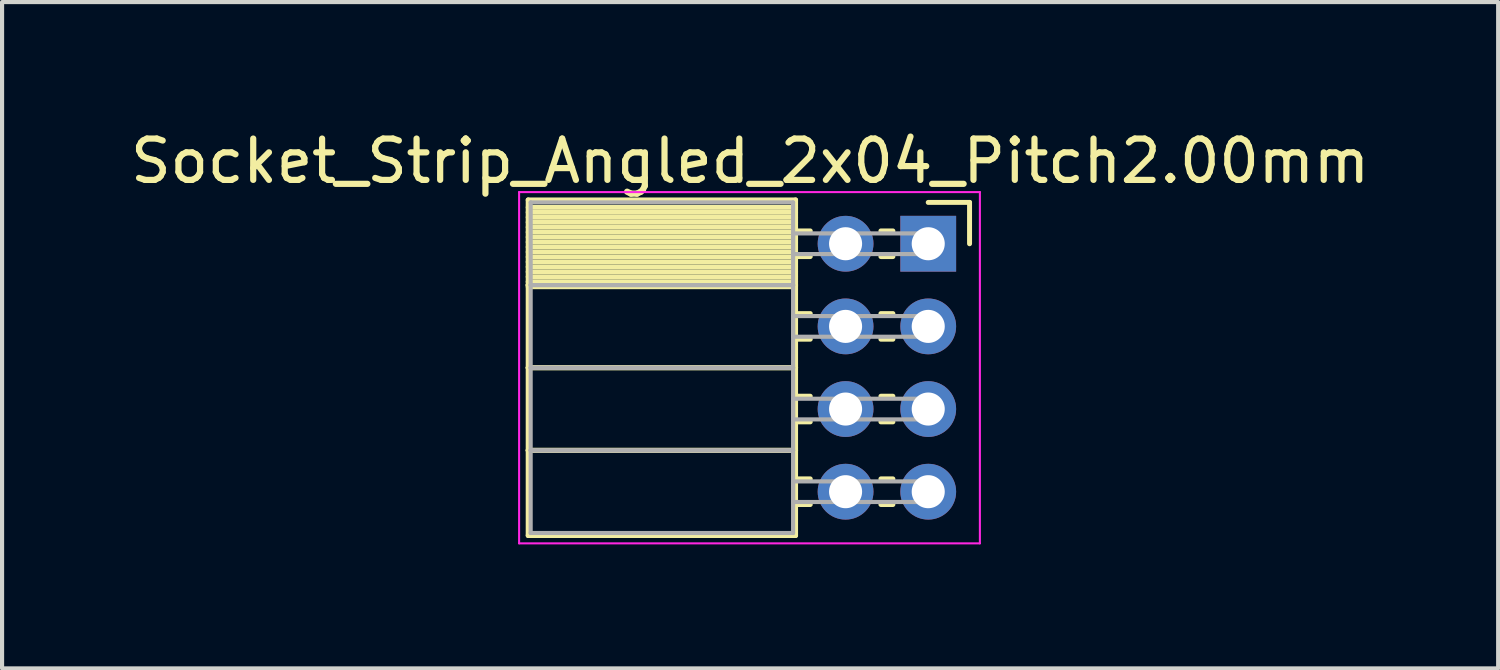
<source format=kicad_pcb>
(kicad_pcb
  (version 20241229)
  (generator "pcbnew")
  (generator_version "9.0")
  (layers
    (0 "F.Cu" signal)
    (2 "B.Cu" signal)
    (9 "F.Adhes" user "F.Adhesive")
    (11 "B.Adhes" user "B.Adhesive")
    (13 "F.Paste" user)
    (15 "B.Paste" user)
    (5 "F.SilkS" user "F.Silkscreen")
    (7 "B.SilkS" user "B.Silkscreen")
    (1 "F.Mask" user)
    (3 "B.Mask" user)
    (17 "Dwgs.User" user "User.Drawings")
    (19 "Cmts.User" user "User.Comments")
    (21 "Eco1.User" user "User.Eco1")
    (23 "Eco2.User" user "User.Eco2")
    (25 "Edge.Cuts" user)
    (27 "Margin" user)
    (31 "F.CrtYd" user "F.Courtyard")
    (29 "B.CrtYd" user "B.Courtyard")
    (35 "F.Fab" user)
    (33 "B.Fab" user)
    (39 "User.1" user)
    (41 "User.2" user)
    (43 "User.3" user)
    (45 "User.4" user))
  (footprint "Socket_Strip_Angled_2x04_Pitch2.00mm"
    (layer "F.Cu")
    (at 19.411 2.848)
    (property "Reference" "Socket_Strip_Angled_2x04_Pitch2.00mm" (at -4.31 -2 0) (layer "F.SilkS") (effects (font (size 1 1) (thickness 0.15))))
    (attr through_hole)
    (fp_line (start -9.68 -1.06) (end -3.21 -1.06) (stroke (width 0.12) (type solid)) (layer "F.SilkS"))
    (fp_line (start -9.68 1) (end -9.68 -1.06) (stroke (width 0.12) (type solid)) (layer "F.SilkS"))
    (fp_line (start -9.68 1) (end -3.21 1) (stroke (width 0.12) (type solid)) (layer "F.SilkS"))
    (fp_line (start -9.68 3) (end -9.68 1) (stroke (width 0.12) (type solid)) (layer "F.SilkS"))
    (fp_line (start -9.68 3) (end -3.21 3) (stroke (width 0.12) (type solid)) (layer "F.SilkS"))
    (fp_line (start -9.68 5) (end -9.68 3) (stroke (width 0.12) (type solid)) (layer "F.SilkS"))
    (fp_line (start -9.68 5) (end -3.21 5) (stroke (width 0.12) (type solid)) (layer "F.SilkS"))
    (fp_line (start -9.68 7.06) (end -9.68 5) (stroke (width 0.12) (type solid)) (layer "F.SilkS"))
    (fp_line (start -3.21 -1.06) (end -3.21 1) (stroke (width 0.12) (type solid)) (layer "F.SilkS"))
    (fp_line (start -3.21 -0.88) (end -9.68 -0.88) (stroke (width 0.12) (type solid)) (layer "F.SilkS"))
    (fp_line (start -3.21 -0.76) (end -9.68 -0.76) (stroke (width 0.12) (type solid)) (layer "F.SilkS"))
    (fp_line (start -3.21 -0.64) (end -9.68 -0.64) (stroke (width 0.12) (type solid)) (layer "F.SilkS"))
    (fp_line (start -3.21 -0.52) (end -9.68 -0.52) (stroke (width 0.12) (type solid)) (layer "F.SilkS"))
    (fp_line (start -3.21 -0.4) (end -9.68 -0.4) (stroke (width 0.12) (type solid)) (layer "F.SilkS"))
    (fp_line (start -3.21 -0.28) (end -9.68 -0.28) (stroke (width 0.12) (type solid)) (layer "F.SilkS"))
    (fp_line (start -3.21 -0.16) (end -9.68 -0.16) (stroke (width 0.12) (type solid)) (layer "F.SilkS"))
    (fp_line (start -3.21 -0.04) (end -9.68 -0.04) (stroke (width 0.12) (type solid)) (layer "F.SilkS"))
    (fp_line (start -3.21 0.08) (end -9.68 0.08) (stroke (width 0.12) (type solid)) (layer "F.SilkS"))
    (fp_line (start -3.21 0.2) (end -9.68 0.2) (stroke (width 0.12) (type solid)) (layer "F.SilkS"))
    (fp_line (start -3.21 0.32) (end -9.68 0.32) (stroke (width 0.12) (type solid)) (layer "F.SilkS"))
    (fp_line (start -3.21 0.44) (end -9.68 0.44) (stroke (width 0.12) (type solid)) (layer "F.SilkS"))
    (fp_line (start -3.21 0.56) (end -9.68 0.56) (stroke (width 0.12) (type solid)) (layer "F.SilkS"))
    (fp_line (start -3.21 0.68) (end -9.68 0.68) (stroke (width 0.12) (type solid)) (layer "F.SilkS"))
    (fp_line (start -3.21 0.8) (end -9.68 0.8) (stroke (width 0.12) (type solid)) (layer "F.SilkS"))
    (fp_line (start -3.21 0.92) (end -9.68 0.92) (stroke (width 0.12) (type solid)) (layer "F.SilkS"))
    (fp_line (start -3.21 1) (end -9.68 1) (stroke (width 0.12) (type solid)) (layer "F.SilkS"))
    (fp_line (start -3.21 1) (end -3.21 3) (stroke (width 0.12) (type solid)) (layer "F.SilkS"))
    (fp_line (start -3.21 1.04) (end -9.68 1.04) (stroke (width 0.12) (type solid)) (layer "F.SilkS"))
    (fp_line (start -3.21 3) (end -9.68 3) (stroke (width 0.12) (type solid)) (layer "F.SilkS"))
    (fp_line (start -3.21 3) (end -3.21 5) (stroke (width 0.12) (type solid)) (layer "F.SilkS"))
    (fp_line (start -3.21 5) (end -9.68 5) (stroke (width 0.12) (type solid)) (layer "F.SilkS"))
    (fp_line (start -3.21 5) (end -3.21 7.06) (stroke (width 0.12) (type solid)) (layer "F.SilkS"))
    (fp_line (start -3.21 7.06) (end -9.68 7.06) (stroke (width 0.12) (type solid)) (layer "F.SilkS"))
    (fp_line (start -2.855 -0.31) (end -3.21 -0.31) (stroke (width 0.12) (type solid)) (layer "F.SilkS"))
    (fp_line (start -2.855 0.31) (end -3.21 0.31) (stroke (width 0.12) (type solid)) (layer "F.SilkS"))
    (fp_line (start -2.855 1.69) (end -3.21 1.69) (stroke (width 0.12) (type solid)) (layer "F.SilkS"))
    (fp_line (start -2.855 2.31) (end -3.21 2.31) (stroke (width 0.12) (type solid)) (layer "F.SilkS"))
    (fp_line (start -2.855 3.69) (end -3.21 3.69) (stroke (width 0.12) (type solid)) (layer "F.SilkS"))
    (fp_line (start -2.855 4.31) (end -3.21 4.31) (stroke (width 0.12) (type solid)) (layer "F.SilkS"))
    (fp_line (start -2.855 5.69) (end -3.21 5.69) (stroke (width 0.12) (type solid)) (layer "F.SilkS"))
    (fp_line (start -2.855 6.31) (end -3.21 6.31) (stroke (width 0.12) (type solid)) (layer "F.SilkS"))
    (fp_line (start -0.855 -0.31) (end -1.145 -0.31) (stroke (width 0.12) (type solid)) (layer "F.SilkS"))
    (fp_line (start -0.855 0.31) (end -1.145 0.31) (stroke (width 0.12) (type solid)) (layer "F.SilkS"))
    (fp_line (start -0.855 1.69) (end -1.145 1.69) (stroke (width 0.12) (type solid)) (layer "F.SilkS"))
    (fp_line (start -0.855 2.31) (end -1.145 2.31) (stroke (width 0.12) (type solid)) (layer "F.SilkS"))
    (fp_line (start -0.855 3.69) (end -1.145 3.69) (stroke (width 0.12) (type solid)) (layer "F.SilkS"))
    (fp_line (start -0.855 4.31) (end -1.145 4.31) (stroke (width 0.12) (type solid)) (layer "F.SilkS"))
    (fp_line (start -0.855 5.69) (end -1.145 5.69) (stroke (width 0.12) (type solid)) (layer "F.SilkS"))
    (fp_line (start -0.855 6.31) (end -1.145 6.31) (stroke (width 0.12) (type solid)) (layer "F.SilkS"))
    (fp_line (start 0 -1) (end 1 -1) (stroke (width 0.12) (type solid)) (layer "F.SilkS"))
    (fp_line (start 1 -1) (end 1 0) (stroke (width 0.12) (type solid)) (layer "F.SilkS"))
    (fp_line (start -9.9 -1.25) (end 1.25 -1.25) (stroke (width 0.05) (type solid)) (layer "F.CrtYd"))
    (fp_line (start -9.9 7.25) (end -9.9 -1.25) (stroke (width 0.05) (type solid)) (layer "F.CrtYd"))
    (fp_line (start 1.25 -1.25) (end 1.25 7.25) (stroke (width 0.05) (type solid)) (layer "F.CrtYd"))
    (fp_line (start 1.25 7.25) (end -9.9 7.25) (stroke (width 0.05) (type solid)) (layer "F.CrtYd"))
    (fp_line (start -9.62 -1) (end -3.27 -1) (stroke (width 0.1) (type solid)) (layer "F.Fab"))
    (fp_line (start -9.62 1) (end -9.62 -1) (stroke (width 0.1) (type solid)) (layer "F.Fab"))
    (fp_line (start -9.62 1) (end -3.27 1) (stroke (width 0.1) (type solid)) (layer "F.Fab"))
    (fp_line (start -9.62 3) (end -9.62 1) (stroke (width 0.1) (type solid)) (layer "F.Fab"))
    (fp_line (start -9.62 3) (end -3.27 3) (stroke (width 0.1) (type solid)) (layer "F.Fab"))
    (fp_line (start -9.62 5) (end -9.62 3) (stroke (width 0.1) (type solid)) (layer "F.Fab"))
    (fp_line (start -9.62 5) (end -3.27 5) (stroke (width 0.1) (type solid)) (layer "F.Fab"))
    (fp_line (start -9.62 7) (end -9.62 5) (stroke (width 0.1) (type solid)) (layer "F.Fab"))
    (fp_line (start -3.27 -1) (end -3.27 1) (stroke (width 0.1) (type solid)) (layer "F.Fab"))
    (fp_line (start -3.27 -0.25) (end 0 -0.25) (stroke (width 0.1) (type solid)) (layer "F.Fab"))
    (fp_line (start -3.27 0.25) (end -3.27 -0.25) (stroke (width 0.1) (type solid)) (layer "F.Fab"))
    (fp_line (start -3.27 1) (end -9.62 1) (stroke (width 0.1) (type solid)) (layer "F.Fab"))
    (fp_line (start -3.27 1) (end -3.27 3) (stroke (width 0.1) (type solid)) (layer "F.Fab"))
    (fp_line (start -3.27 1.75) (end 0 1.75) (stroke (width 0.1) (type solid)) (layer "F.Fab"))
    (fp_line (start -3.27 2.25) (end -3.27 1.75) (stroke (width 0.1) (type solid)) (layer "F.Fab"))
    (fp_line (start -3.27 3) (end -9.62 3) (stroke (width 0.1) (type solid)) (layer "F.Fab"))
    (fp_line (start -3.27 3) (end -3.27 5) (stroke (width 0.1) (type solid)) (layer "F.Fab"))
    (fp_line (start -3.27 3.75) (end 0 3.75) (stroke (width 0.1) (type solid)) (layer "F.Fab"))
    (fp_line (start -3.27 4.25) (end -3.27 3.75) (stroke (width 0.1) (type solid)) (layer "F.Fab"))
    (fp_line (start -3.27 5) (end -9.62 5) (stroke (width 0.1) (type solid)) (layer "F.Fab"))
    (fp_line (start -3.27 5) (end -3.27 7) (stroke (width 0.1) (type solid)) (layer "F.Fab"))
    (fp_line (start -3.27 5.75) (end 0 5.75) (stroke (width 0.1) (type solid)) (layer "F.Fab"))
    (fp_line (start -3.27 6.25) (end -3.27 5.75) (stroke (width 0.1) (type solid)) (layer "F.Fab"))
    (fp_line (start -3.27 7) (end -9.62 7) (stroke (width 0.1) (type solid)) (layer "F.Fab"))
    (fp_line (start 0 -0.25) (end 0 0.25) (stroke (width 0.1) (type solid)) (layer "F.Fab"))
    (fp_line (start 0 0.25) (end -3.27 0.25) (stroke (width 0.1) (type solid)) (layer "F.Fab"))
    (fp_line (start 0 1.75) (end 0 2.25) (stroke (width 0.1) (type solid)) (layer "F.Fab"))
    (fp_line (start 0 2.25) (end -3.27 2.25) (stroke (width 0.1) (type solid)) (layer "F.Fab"))
    (fp_line (start 0 3.75) (end 0 4.25) (stroke (width 0.1) (type solid)) (layer "F.Fab"))
    (fp_line (start 0 4.25) (end -3.27 4.25) (stroke (width 0.1) (type solid)) (layer "F.Fab"))
    (fp_line (start 0 5.75) (end 0 6.25) (stroke (width 0.1) (type solid)) (layer "F.Fab"))
    (fp_line (start 0 6.25) (end -3.27 6.25) (stroke (width 0.1) (type solid)) (layer "F.Fab"))
    (pad "1" thru_hole rect (at 0 0) (size 1.35 1.35) (drill 0.8) (layers "*.Cu" "*.Mask"))
    (pad "2" thru_hole oval (at -2 0) (size 1.35 1.35) (drill 0.8) (layers "*.Cu" "*.Mask"))
    (pad "3" thru_hole oval (at 0 2) (size 1.35 1.35) (drill 0.8) (layers "*.Cu" "*.Mask"))
    (pad "4" thru_hole oval (at -2 2) (size 1.35 1.35) (drill 0.8) (layers "*.Cu" "*.Mask"))
    (pad "5" thru_hole oval (at 0 4) (size 1.35 1.35) (drill 0.8) (layers "*.Cu" "*.Mask"))
    (pad "6" thru_hole oval (at -2 4) (size 1.35 1.35) (drill 0.8) (layers "*.Cu" "*.Mask"))
    (pad "7" thru_hole oval (at 0 6) (size 1.35 1.35) (drill 0.8) (layers "*.Cu" "*.Mask"))
    (pad "8" thru_hole oval (at -2 6) (size 1.35 1.35) (drill 0.8) (layers "*.Cu" "*.Mask")))
  (gr_rect
    (start -3 -3)
    (end 33.202 13.123)
    (stroke (width 0.1) (type default))
    (fill no)
    (layer "Edge.Cuts")))
</source>
